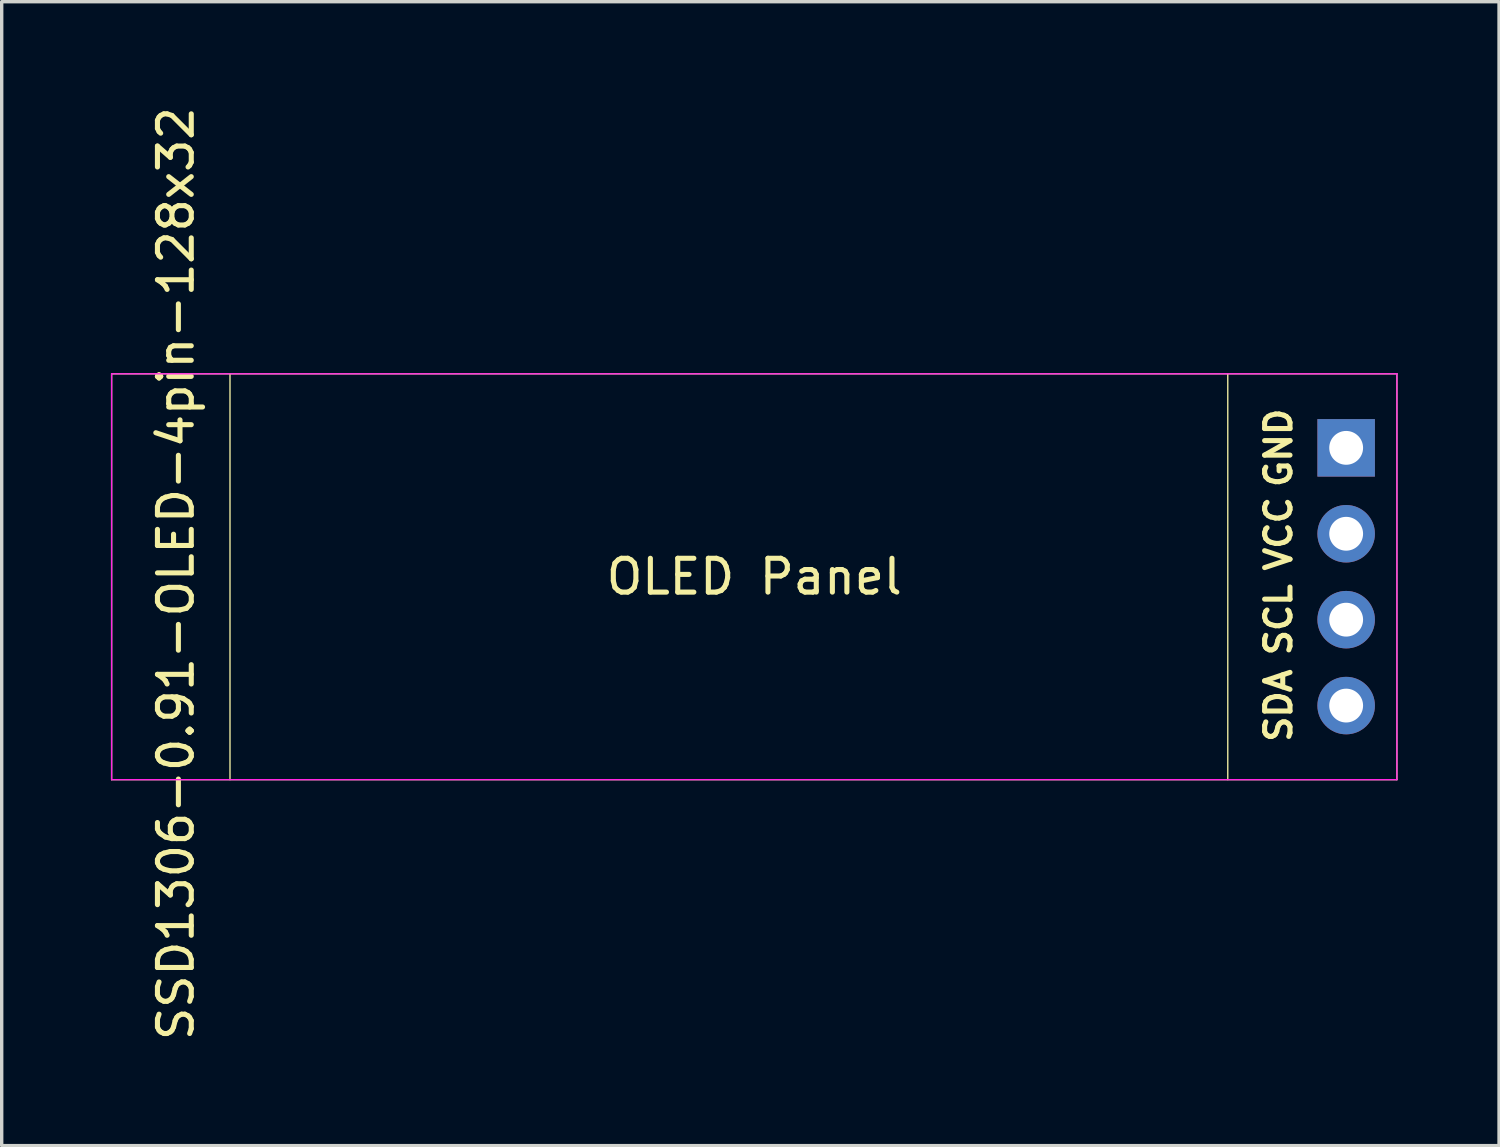
<source format=kicad_pcb>
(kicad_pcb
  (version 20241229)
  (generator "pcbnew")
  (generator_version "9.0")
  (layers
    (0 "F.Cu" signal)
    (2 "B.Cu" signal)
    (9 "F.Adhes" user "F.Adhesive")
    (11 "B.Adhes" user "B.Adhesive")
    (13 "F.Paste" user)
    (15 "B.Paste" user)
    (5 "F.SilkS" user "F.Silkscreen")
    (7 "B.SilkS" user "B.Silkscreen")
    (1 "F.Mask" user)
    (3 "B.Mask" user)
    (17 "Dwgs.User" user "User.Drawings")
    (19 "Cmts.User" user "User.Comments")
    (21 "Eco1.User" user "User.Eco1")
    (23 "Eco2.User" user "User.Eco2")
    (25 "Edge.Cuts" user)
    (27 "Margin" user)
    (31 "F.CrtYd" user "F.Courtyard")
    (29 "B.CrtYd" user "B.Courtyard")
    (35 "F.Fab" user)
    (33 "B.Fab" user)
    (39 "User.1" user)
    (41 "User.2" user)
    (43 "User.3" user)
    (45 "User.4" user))
  (footprint "SSD1306-0.91-OLED-4pin-128x32"
    (layer "F.Cu")
    (at 0.25 8.001)
    (property "Reference" "SSD1306-0.91-OLED-4pin-128x32" (at 1.9 5.91 90) (layer "F.SilkS") (effects (font (size 1 1) (thickness 0.15))))
    (attr through_hole)
    (fp_line (start 0 0) (end 0 12) (stroke (width 0.04) (type solid)) (layer "F.SilkS"))
    (fp_line (start 0 12) (end 38 12) (stroke (width 0.04) (type solid)) (layer "F.SilkS"))
    (fp_line (start 3.5 0) (end 3.5 12) (stroke (width 0.04) (type solid)) (layer "F.SilkS"))
    (fp_line (start 33 0) (end 33 12) (stroke (width 0.04) (type solid)) (layer "F.SilkS"))
    (fp_line (start 38 0) (end 0 0) (stroke (width 0.04) (type solid)) (layer "F.SilkS"))
    (fp_line (start 38 12) (end 38 0) (stroke (width 0.04) (type solid)) (layer "F.SilkS"))
    (fp_line (start 0 0) (end 0 12) (stroke (width 0.04) (type solid)) (layer "F.CrtYd"))
    (fp_line (start 0 12) (end 38 12) (stroke (width 0.04) (type solid)) (layer "F.CrtYd"))
    (fp_line (start 38 0) (end 0 0) (stroke (width 0.04) (type solid)) (layer "F.CrtYd"))
    (fp_line (start 38 12) (end 38 0) (stroke (width 0.04) (type solid)) (layer "F.CrtYd"))
    (fp_text user "OLED Panel" (at 19 6 0) (layer "F.SilkS") (effects (font (size 1 1) (thickness 0.15))))
    (fp_text user "SDA" (at 34.5 9.81 270) (layer "F.SilkS") (effects (font (size 0.75 0.75) (thickness 0.15))))
    (fp_text user "GND" (at 34.5 2.19 270) (layer "F.SilkS") (effects (font (size 0.75 0.75) (thickness 0.15))))
    (fp_text user "SCL" (at 34.5 7.27 270) (layer "F.SilkS") (effects (font (size 0.75 0.75) (thickness 0.15))))
    (fp_text user "VCC" (at 34.5 4.73 270) (layer "F.SilkS") (effects (font (size 0.75 0.75) (thickness 0.15))))
    (pad "1" thru_hole rect (at 36.5 2.19) (size 1.7 1.7) (drill 1) (layers "*.Cu" "*.Mask"))
    (pad "2" thru_hole oval (at 36.5 4.73) (size 1.7 1.7) (drill 1) (layers "*.Cu" "*.Mask"))
    (pad "3" thru_hole oval (at 36.5 7.27) (size 1.7 1.7) (drill 1) (layers "*.Cu" "*.Mask"))
    (pad "4" thru_hole oval (at 36.5 9.81) (size 1.7 1.7) (drill 1) (layers "*.Cu" "*.Mask")))
  (gr_rect
    (start -3 -3)
    (end 41.27 30.821)
    (stroke (width 0.1) (type default))
    (fill no)
    (layer "Edge.Cuts")))
</source>
